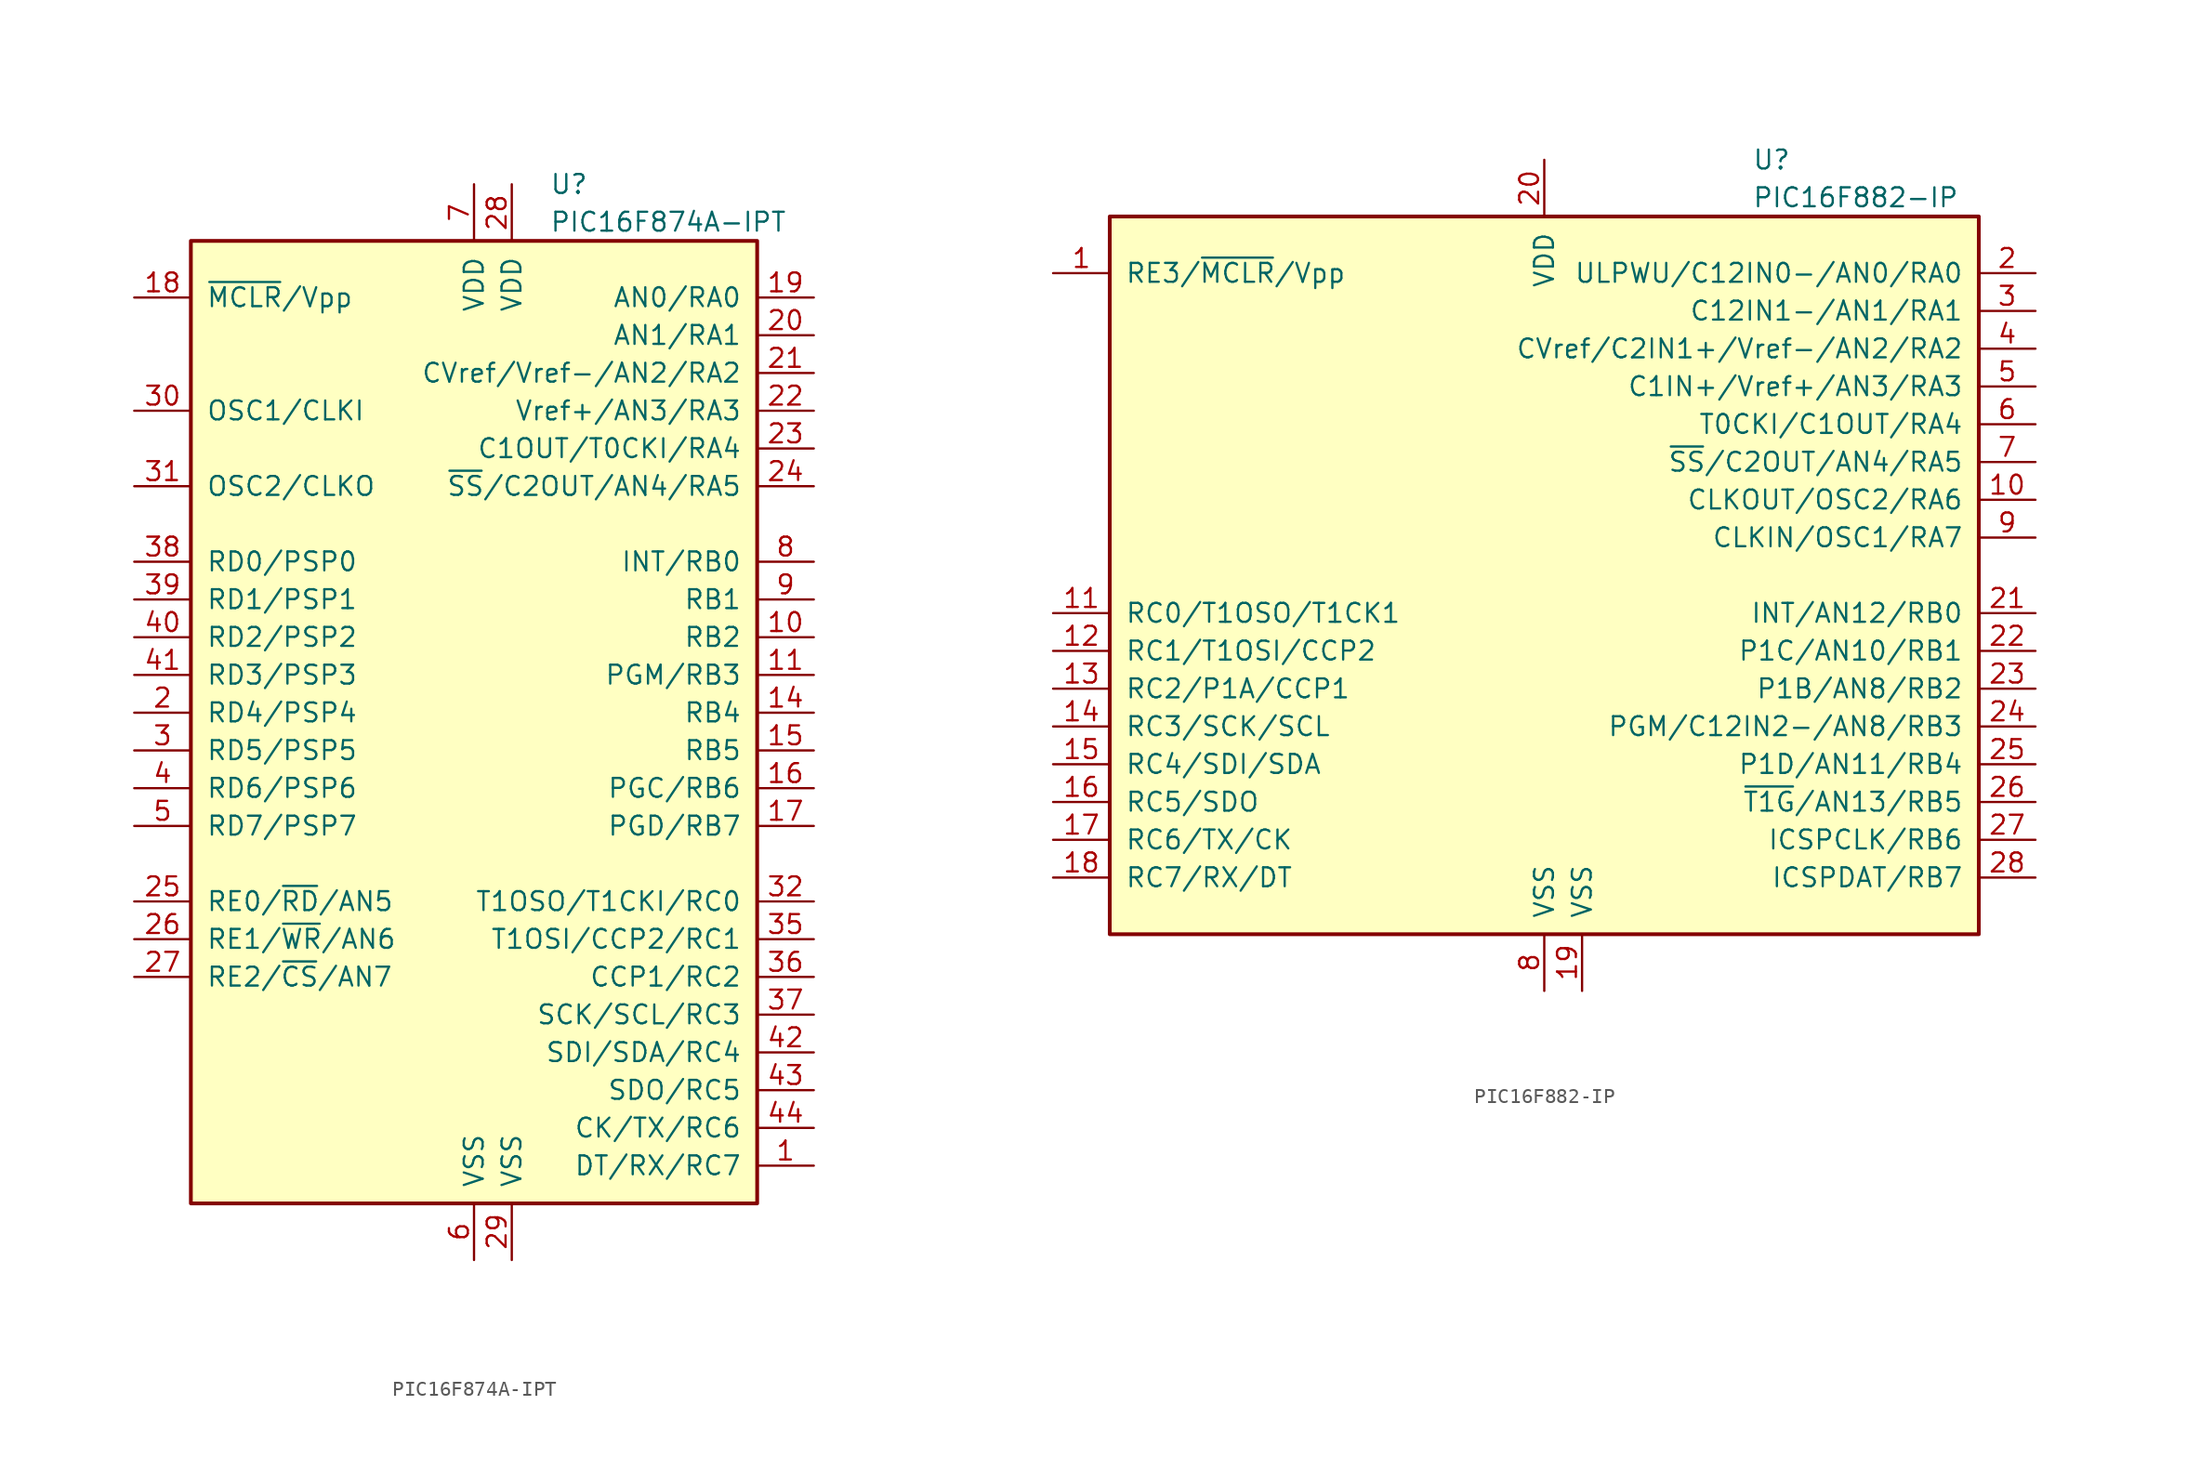
<source format=kicad_sym>
(kicad_symbol_lib
  (version 20201005)
  (generator kicad_symbol_editor)
  (symbol "PIC16F874A-IPT"
    (pin_names
      (offset 1.016))
    (property "Reference" "U"
      (at 5.08 35.56 0)
      (effects (font (size 1.27 1.27)) (justify left)))
    (property "Value" "PIC16F874A-IPT"
      (at 5.08 33.02 0)
      (effects (font (size 1.27 1.27)) (justify left)))
    (symbol "PIC16F874A-IPT_0_1"
      (rectangle (start -19.05 31.75) (end 19.05 -33.02) (stroke (width 0.254)) (fill (type background))))
    (symbol "PIC16F874A-IPT_1_1"
      (pin bidirectional line (at 22.86 -30.48 180) (length 3.81) (name "DT/RX/RC7" (effects (font (size 1.27 1.27)))) (number "1" (effects (font (size 1.27 1.27)))))
      (pin bidirectional line (at 22.86 5.08 180) (length 3.81) (name "RB2" (effects (font (size 1.27 1.27)))) (number "10" (effects (font (size 1.27 1.27)))))
      (pin bidirectional line (at 22.86 2.54 180) (length 3.81) (name "PGM/RB3" (effects (font (size 1.27 1.27)))) (number "11" (effects (font (size 1.27 1.27)))))
      (pin bidirectional line (at 22.86 0 180) (length 3.81) (name "RB4" (effects (font (size 1.27 1.27)))) (number "14" (effects (font (size 1.27 1.27)))))
      (pin bidirectional line (at 22.86 -2.54 180) (length 3.81) (name "RB5" (effects (font (size 1.27 1.27)))) (number "15" (effects (font (size 1.27 1.27)))))
      (pin bidirectional line (at 22.86 -5.08 180) (length 3.81) (name "PGC/RB6" (effects (font (size 1.27 1.27)))) (number "16" (effects (font (size 1.27 1.27)))))
      (pin bidirectional line (at 22.86 -7.62 180) (length 3.81) (name "PGD/RB7" (effects (font (size 1.27 1.27)))) (number "17" (effects (font (size 1.27 1.27)))))
      (pin input line (at -22.86 27.94 0) (length 3.81) (name "~MCLR~/Vpp" (effects (font (size 1.27 1.27)))) (number "18" (effects (font (size 1.27 1.27)))))
      (pin bidirectional line (at 22.86 27.94 180) (length 3.81) (name "AN0/RA0" (effects (font (size 1.27 1.27)))) (number "19" (effects (font (size 1.27 1.27)))))
      (pin bidirectional line (at -22.86 0 0) (length 3.81) (name "RD4/PSP4" (effects (font (size 1.27 1.27)))) (number "2" (effects (font (size 1.27 1.27)))))
      (pin bidirectional line (at 22.86 25.4 180) (length 3.81) (name "AN1/RA1" (effects (font (size 1.27 1.27)))) (number "20" (effects (font (size 1.27 1.27)))))
      (pin bidirectional line (at 22.86 22.86 180) (length 3.81) (name "CVref/Vref-/AN2/RA2" (effects (font (size 1.27 1.27)))) (number "21" (effects (font (size 1.27 1.27)))))
      (pin bidirectional line (at 22.86 20.32 180) (length 3.81) (name "Vref+/AN3/RA3" (effects (font (size 1.27 1.27)))) (number "22" (effects (font (size 1.27 1.27)))))
      (pin bidirectional line (at 22.86 17.78 180) (length 3.81) (name "C1OUT/T0CKI/RA4" (effects (font (size 1.27 1.27)))) (number "23" (effects (font (size 1.27 1.27)))))
      (pin bidirectional line (at 22.86 15.24 180) (length 3.81) (name "~SS~/C2OUT/AN4/RA5" (effects (font (size 1.27 1.27)))) (number "24" (effects (font (size 1.27 1.27)))))
      (pin bidirectional line (at -22.86 -12.7 0) (length 3.81) (name "RE0/~RD~/AN5" (effects (font (size 1.27 1.27)))) (number "25" (effects (font (size 1.27 1.27)))))
      (pin bidirectional line (at -22.86 -15.24 0) (length 3.81) (name "RE1/~WR~/AN6" (effects (font (size 1.27 1.27)))) (number "26" (effects (font (size 1.27 1.27)))))
      (pin bidirectional line (at -22.86 -17.78 0) (length 3.81) (name "RE2/~CS~/AN7" (effects (font (size 1.27 1.27)))) (number "27" (effects (font (size 1.27 1.27)))))
      (pin power_in line (at 2.54 35.56 270) (length 3.81) (name "VDD" (effects (font (size 1.27 1.27)))) (number "28" (effects (font (size 1.27 1.27)))))
      (pin power_in line (at 2.54 -36.83 90) (length 3.81) (name "VSS" (effects (font (size 1.27 1.27)))) (number "29" (effects (font (size 1.27 1.27)))))
      (pin bidirectional line (at -22.86 -2.54 0) (length 3.81) (name "RD5/PSP5" (effects (font (size 1.27 1.27)))) (number "3" (effects (font (size 1.27 1.27)))))
      (pin input line (at -22.86 20.32 0) (length 3.81) (name "OSC1/CLKI" (effects (font (size 1.27 1.27)))) (number "30" (effects (font (size 1.27 1.27)))))
      (pin output line (at -22.86 15.24 0) (length 3.81) (name "OSC2/CLKO" (effects (font (size 1.27 1.27)))) (number "31" (effects (font (size 1.27 1.27)))))
      (pin bidirectional line (at 22.86 -12.7 180) (length 3.81) (name "T1OSO/T1CKI/RC0" (effects (font (size 1.27 1.27)))) (number "32" (effects (font (size 1.27 1.27)))))
      (pin bidirectional line (at 22.86 -15.24 180) (length 3.81) (name "T1OSI/CCP2/RC1" (effects (font (size 1.27 1.27)))) (number "35" (effects (font (size 1.27 1.27)))))
      (pin bidirectional line (at 22.86 -17.78 180) (length 3.81) (name "CCP1/RC2" (effects (font (size 1.27 1.27)))) (number "36" (effects (font (size 1.27 1.27)))))
      (pin bidirectional line (at 22.86 -20.32 180) (length 3.81) (name "SCK/SCL/RC3" (effects (font (size 1.27 1.27)))) (number "37" (effects (font (size 1.27 1.27)))))
      (pin bidirectional line (at -22.86 10.16 0) (length 3.81) (name "RD0/PSP0" (effects (font (size 1.27 1.27)))) (number "38" (effects (font (size 1.27 1.27)))))
      (pin bidirectional line (at -22.86 7.62 0) (length 3.81) (name "RD1/PSP1" (effects (font (size 1.27 1.27)))) (number "39" (effects (font (size 1.27 1.27)))))
      (pin bidirectional line (at -22.86 -5.08 0) (length 3.81) (name "RD6/PSP6" (effects (font (size 1.27 1.27)))) (number "4" (effects (font (size 1.27 1.27)))))
      (pin bidirectional line (at -22.86 5.08 0) (length 3.81) (name "RD2/PSP2" (effects (font (size 1.27 1.27)))) (number "40" (effects (font (size 1.27 1.27)))))
      (pin bidirectional line (at -22.86 2.54 0) (length 3.81) (name "RD3/PSP3" (effects (font (size 1.27 1.27)))) (number "41" (effects (font (size 1.27 1.27)))))
      (pin bidirectional line (at 22.86 -22.86 180) (length 3.81) (name "SDI/SDA/RC4" (effects (font (size 1.27 1.27)))) (number "42" (effects (font (size 1.27 1.27)))))
      (pin bidirectional line (at 22.86 -25.4 180) (length 3.81) (name "SDO/RC5" (effects (font (size 1.27 1.27)))) (number "43" (effects (font (size 1.27 1.27)))))
      (pin bidirectional line (at 22.86 -27.94 180) (length 3.81) (name "CK/TX/RC6" (effects (font (size 1.27 1.27)))) (number "44" (effects (font (size 1.27 1.27)))))
      (pin bidirectional line (at -22.86 -7.62 0) (length 3.81) (name "RD7/PSP7" (effects (font (size 1.27 1.27)))) (number "5" (effects (font (size 1.27 1.27)))))
      (pin power_in line (at 0 -36.83 90) (length 3.81) (name "VSS" (effects (font (size 1.27 1.27)))) (number "6" (effects (font (size 1.27 1.27)))))
      (pin power_in line (at 0 35.56 270) (length 3.81) (name "VDD" (effects (font (size 1.27 1.27)))) (number "7" (effects (font (size 1.27 1.27)))))
      (pin bidirectional line (at 22.86 10.16 180) (length 3.81) (name "INT/RB0" (effects (font (size 1.27 1.27)))) (number "8" (effects (font (size 1.27 1.27)))))
      (pin bidirectional line (at 22.86 7.62 180) (length 3.81) (name "RB1" (effects (font (size 1.27 1.27)))) (number "9" (effects (font (size 1.27 1.27)))))))
  (symbol "PIC16F882-IP"
    (pin_names
      (offset 1.016))
    (property "Reference" "U"
      (at 13.97 27.94 0)
      (effects (font (size 1.27 1.27)) (justify left)))
    (property "Value" "PIC16F882-IP"
      (at 13.97 25.4 0)
      (effects (font (size 1.27 1.27)) (justify left)))
    (symbol "PIC16F882-IP_0_1"
      (rectangle (start -29.21 24.13) (end 29.21 -24.13) (stroke (width 0.254)) (fill (type background))))
    (symbol "PIC16F882-IP_1_1"
      (pin bidirectional line (at -33.02 20.32 0) (length 3.81) (name "RE3/~MCLR~/Vpp" (effects (font (size 1.27 1.27)))) (number "1" (effects (font (size 1.27 1.27)))))
      (pin bidirectional line (at 33.02 5.08 180) (length 3.81) (name "CLKOUT/OSC2/RA6" (effects (font (size 1.27 1.27)))) (number "10" (effects (font (size 1.27 1.27)))))
      (pin bidirectional line (at -33.02 -2.54 0) (length 3.81) (name "RC0/T1OSO/T1CK1" (effects (font (size 1.27 1.27)))) (number "11" (effects (font (size 1.27 1.27)))))
      (pin bidirectional line (at -33.02 -5.08 0) (length 3.81) (name "RC1/T1OSI/CCP2" (effects (font (size 1.27 1.27)))) (number "12" (effects (font (size 1.27 1.27)))))
      (pin bidirectional line (at -33.02 -7.62 0) (length 3.81) (name "RC2/P1A/CCP1" (effects (font (size 1.27 1.27)))) (number "13" (effects (font (size 1.27 1.27)))))
      (pin bidirectional line (at -33.02 -10.16 0) (length 3.81) (name "RC3/SCK/SCL" (effects (font (size 1.27 1.27)))) (number "14" (effects (font (size 1.27 1.27)))))
      (pin bidirectional line (at -33.02 -12.7 0) (length 3.81) (name "RC4/SDI/SDA" (effects (font (size 1.27 1.27)))) (number "15" (effects (font (size 1.27 1.27)))))
      (pin bidirectional line (at -33.02 -15.24 0) (length 3.81) (name "RC5/SDO" (effects (font (size 1.27 1.27)))) (number "16" (effects (font (size 1.27 1.27)))))
      (pin bidirectional line (at -33.02 -17.78 0) (length 3.81) (name "RC6/TX/CK" (effects (font (size 1.27 1.27)))) (number "17" (effects (font (size 1.27 1.27)))))
      (pin bidirectional line (at -33.02 -20.32 0) (length 3.81) (name "RC7/RX/DT" (effects (font (size 1.27 1.27)))) (number "18" (effects (font (size 1.27 1.27)))))
      (pin power_in line (at 2.54 -27.94 90) (length 3.81) (name "VSS" (effects (font (size 1.27 1.27)))) (number "19" (effects (font (size 1.27 1.27)))))
      (pin bidirectional line (at 33.02 20.32 180) (length 3.81) (name "ULPWU/C12IN0-/AN0/RA0" (effects (font (size 1.27 1.27)))) (number "2" (effects (font (size 1.27 1.27)))))
      (pin power_in line (at 0 27.94 270) (length 3.81) (name "VDD" (effects (font (size 1.27 1.27)))) (number "20" (effects (font (size 1.27 1.27)))))
      (pin bidirectional line (at 33.02 -2.54 180) (length 3.81) (name "INT/AN12/RB0" (effects (font (size 1.27 1.27)))) (number "21" (effects (font (size 1.27 1.27)))))
      (pin bidirectional line (at 33.02 -5.08 180) (length 3.81) (name "P1C/AN10/RB1" (effects (font (size 1.27 1.27)))) (number "22" (effects (font (size 1.27 1.27)))))
      (pin bidirectional line (at 33.02 -7.62 180) (length 3.81) (name "P1B/AN8/RB2" (effects (font (size 1.27 1.27)))) (number "23" (effects (font (size 1.27 1.27)))))
      (pin bidirectional line (at 33.02 -10.16 180) (length 3.81) (name "PGM/C12IN2-/AN8/RB3" (effects (font (size 1.27 1.27)))) (number "24" (effects (font (size 1.27 1.27)))))
      (pin bidirectional line (at 33.02 -12.7 180) (length 3.81) (name "P1D/AN11/RB4" (effects (font (size 1.27 1.27)))) (number "25" (effects (font (size 1.27 1.27)))))
      (pin bidirectional line (at 33.02 -15.24 180) (length 3.81) (name "~T1G~/AN13/RB5" (effects (font (size 1.27 1.27)))) (number "26" (effects (font (size 1.27 1.27)))))
      (pin bidirectional line (at 33.02 -17.78 180) (length 3.81) (name "ICSPCLK/RB6" (effects (font (size 1.27 1.27)))) (number "27" (effects (font (size 1.27 1.27)))))
      (pin bidirectional line (at 33.02 -20.32 180) (length 3.81) (name "ICSPDAT/RB7" (effects (font (size 1.27 1.27)))) (number "28" (effects (font (size 1.27 1.27)))))
      (pin bidirectional line (at 33.02 17.78 180) (length 3.81) (name "C12IN1-/AN1/RA1" (effects (font (size 1.27 1.27)))) (number "3" (effects (font (size 1.27 1.27)))))
      (pin bidirectional line (at 33.02 15.24 180) (length 3.81) (name "CVref/C2IN1+/Vref-/AN2/RA2" (effects (font (size 1.27 1.27)))) (number "4" (effects (font (size 1.27 1.27)))))
      (pin bidirectional line (at 33.02 12.7 180) (length 3.81) (name "C1IN+/Vref+/AN3/RA3" (effects (font (size 1.27 1.27)))) (number "5" (effects (font (size 1.27 1.27)))))
      (pin bidirectional line (at 33.02 10.16 180) (length 3.81) (name "T0CKI/C1OUT/RA4" (effects (font (size 1.27 1.27)))) (number "6" (effects (font (size 1.27 1.27)))))
      (pin bidirectional line (at 33.02 7.62 180) (length 3.81) (name "~SS~/C2OUT/AN4/RA5" (effects (font (size 1.27 1.27)))) (number "7" (effects (font (size 1.27 1.27)))))
      (pin power_in line (at 0 -27.94 90) (length 3.81) (name "VSS" (effects (font (size 1.27 1.27)))) (number "8" (effects (font (size 1.27 1.27)))))
      (pin input line (at 33.02 2.54 180) (length 3.81) (name "CLKIN/OSC1/RA7" (effects (font (size 1.27 1.27)))) (number "9" (effects (font (size 1.27 1.27))))))))
</source>
